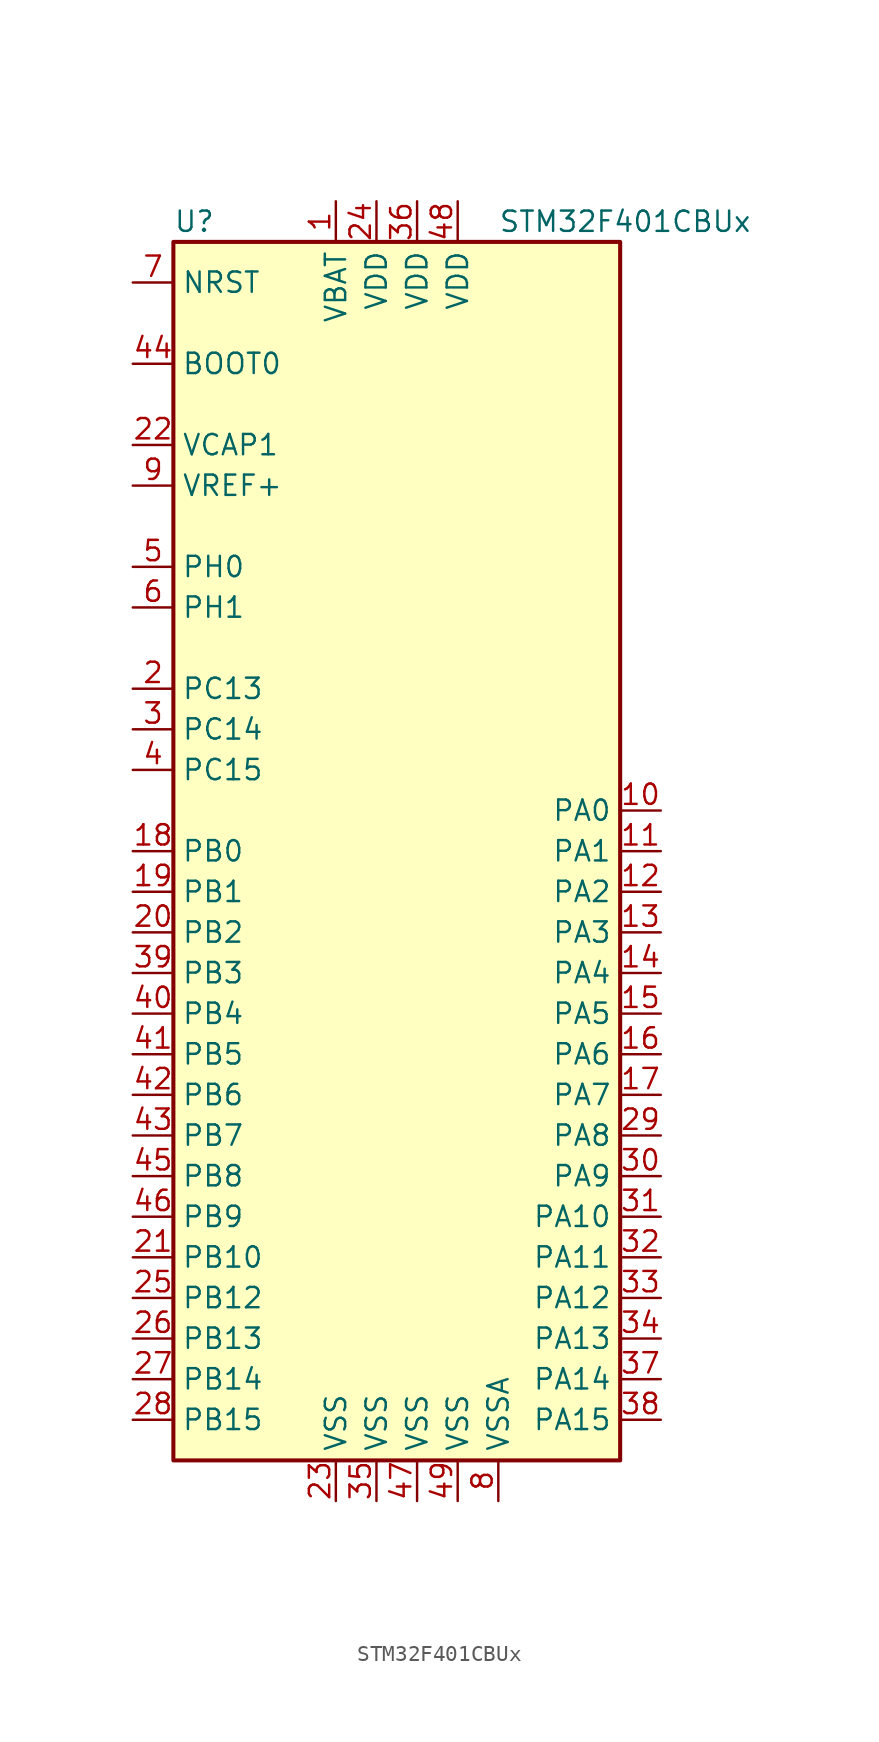
<source format=kicad_sym>
(kicad_symbol_lib
  (version 20201005)
  (generator kicad_symbol_editor)
  (symbol "STM32F401CBUx"
    (property "Reference" "U"
      (at -15.24 39.37 0)
      (effects (font (size 1.27 1.27)) (justify left)))
    (property "Value" "STM32F401CBUx"
      (at 5.08 39.37 0)
      (effects (font (size 1.27 1.27)) (justify left)))
    (symbol "STM32F401CBUx_0_1"
      (rectangle (start -15.24 -38.1) (end 12.7 38.1) (stroke (width 0.254)) (fill (type background))))
    (symbol "STM32F401CBUx_1_1"
      (pin input line (at -17.78 30.48 0) (length 2.54) (name "BOOT0" (effects (font (size 1.27 1.27)))) (number "44" (effects (font (size 1.27 1.27)))))
      (pin input line (at -17.78 35.56 0) (length 2.54) (name "NRST" (effects (font (size 1.27 1.27)))) (number "7" (effects (font (size 1.27 1.27)))))
      (pin bidirectional line (at 15.24 2.54 180) (length 2.54) (name "PA0" (effects (font (size 1.27 1.27)))) (number "10" (effects (font (size 1.27 1.27)))))
      (pin bidirectional line (at 15.24 0 180) (length 2.54) (name "PA1" (effects (font (size 1.27 1.27)))) (number "11" (effects (font (size 1.27 1.27)))))
      (pin bidirectional line (at 15.24 -22.86 180) (length 2.54) (name "PA10" (effects (font (size 1.27 1.27)))) (number "31" (effects (font (size 1.27 1.27)))))
      (pin bidirectional line (at 15.24 -25.4 180) (length 2.54) (name "PA11" (effects (font (size 1.27 1.27)))) (number "32" (effects (font (size 1.27 1.27)))))
      (pin bidirectional line (at 15.24 -27.94 180) (length 2.54) (name "PA12" (effects (font (size 1.27 1.27)))) (number "33" (effects (font (size 1.27 1.27)))))
      (pin bidirectional line (at 15.24 -30.48 180) (length 2.54) (name "PA13" (effects (font (size 1.27 1.27)))) (number "34" (effects (font (size 1.27 1.27)))))
      (pin bidirectional line (at 15.24 -33.02 180) (length 2.54) (name "PA14" (effects (font (size 1.27 1.27)))) (number "37" (effects (font (size 1.27 1.27)))))
      (pin bidirectional line (at 15.24 -35.56 180) (length 2.54) (name "PA15" (effects (font (size 1.27 1.27)))) (number "38" (effects (font (size 1.27 1.27)))))
      (pin bidirectional line (at 15.24 -2.54 180) (length 2.54) (name "PA2" (effects (font (size 1.27 1.27)))) (number "12" (effects (font (size 1.27 1.27)))))
      (pin bidirectional line (at 15.24 -5.08 180) (length 2.54) (name "PA3" (effects (font (size 1.27 1.27)))) (number "13" (effects (font (size 1.27 1.27)))))
      (pin bidirectional line (at 15.24 -7.62 180) (length 2.54) (name "PA4" (effects (font (size 1.27 1.27)))) (number "14" (effects (font (size 1.27 1.27)))))
      (pin bidirectional line (at 15.24 -10.16 180) (length 2.54) (name "PA5" (effects (font (size 1.27 1.27)))) (number "15" (effects (font (size 1.27 1.27)))))
      (pin bidirectional line (at 15.24 -12.7 180) (length 2.54) (name "PA6" (effects (font (size 1.27 1.27)))) (number "16" (effects (font (size 1.27 1.27)))))
      (pin bidirectional line (at 15.24 -15.24 180) (length 2.54) (name "PA7" (effects (font (size 1.27 1.27)))) (number "17" (effects (font (size 1.27 1.27)))))
      (pin bidirectional line (at 15.24 -17.78 180) (length 2.54) (name "PA8" (effects (font (size 1.27 1.27)))) (number "29" (effects (font (size 1.27 1.27)))))
      (pin bidirectional line (at 15.24 -20.32 180) (length 2.54) (name "PA9" (effects (font (size 1.27 1.27)))) (number "30" (effects (font (size 1.27 1.27)))))
      (pin bidirectional line (at -17.78 0 0) (length 2.54) (name "PB0" (effects (font (size 1.27 1.27)))) (number "18" (effects (font (size 1.27 1.27)))))
      (pin bidirectional line (at -17.78 -2.54 0) (length 2.54) (name "PB1" (effects (font (size 1.27 1.27)))) (number "19" (effects (font (size 1.27 1.27)))))
      (pin bidirectional line (at -17.78 -25.4 0) (length 2.54) (name "PB10" (effects (font (size 1.27 1.27)))) (number "21" (effects (font (size 1.27 1.27)))))
      (pin bidirectional line (at -17.78 -27.94 0) (length 2.54) (name "PB12" (effects (font (size 1.27 1.27)))) (number "25" (effects (font (size 1.27 1.27)))))
      (pin bidirectional line (at -17.78 -30.48 0) (length 2.54) (name "PB13" (effects (font (size 1.27 1.27)))) (number "26" (effects (font (size 1.27 1.27)))))
      (pin bidirectional line (at -17.78 -33.02 0) (length 2.54) (name "PB14" (effects (font (size 1.27 1.27)))) (number "27" (effects (font (size 1.27 1.27)))))
      (pin bidirectional line (at -17.78 -35.56 0) (length 2.54) (name "PB15" (effects (font (size 1.27 1.27)))) (number "28" (effects (font (size 1.27 1.27)))))
      (pin bidirectional line (at -17.78 -5.08 0) (length 2.54) (name "PB2" (effects (font (size 1.27 1.27)))) (number "20" (effects (font (size 1.27 1.27)))))
      (pin bidirectional line (at -17.78 -7.62 0) (length 2.54) (name "PB3" (effects (font (size 1.27 1.27)))) (number "39" (effects (font (size 1.27 1.27)))))
      (pin bidirectional line (at -17.78 -10.16 0) (length 2.54) (name "PB4" (effects (font (size 1.27 1.27)))) (number "40" (effects (font (size 1.27 1.27)))))
      (pin bidirectional line (at -17.78 -12.7 0) (length 2.54) (name "PB5" (effects (font (size 1.27 1.27)))) (number "41" (effects (font (size 1.27 1.27)))))
      (pin bidirectional line (at -17.78 -15.24 0) (length 2.54) (name "PB6" (effects (font (size 1.27 1.27)))) (number "42" (effects (font (size 1.27 1.27)))))
      (pin bidirectional line (at -17.78 -17.78 0) (length 2.54) (name "PB7" (effects (font (size 1.27 1.27)))) (number "43" (effects (font (size 1.27 1.27)))))
      (pin bidirectional line (at -17.78 -20.32 0) (length 2.54) (name "PB8" (effects (font (size 1.27 1.27)))) (number "45" (effects (font (size 1.27 1.27)))))
      (pin bidirectional line (at -17.78 -22.86 0) (length 2.54) (name "PB9" (effects (font (size 1.27 1.27)))) (number "46" (effects (font (size 1.27 1.27)))))
      (pin bidirectional line (at -17.78 10.16 0) (length 2.54) (name "PC13" (effects (font (size 1.27 1.27)))) (number "2" (effects (font (size 1.27 1.27)))))
      (pin bidirectional line (at -17.78 7.62 0) (length 2.54) (name "PC14" (effects (font (size 1.27 1.27)))) (number "3" (effects (font (size 1.27 1.27)))))
      (pin bidirectional line (at -17.78 5.08 0) (length 2.54) (name "PC15" (effects (font (size 1.27 1.27)))) (number "4" (effects (font (size 1.27 1.27)))))
      (pin input line (at -17.78 17.78 0) (length 2.54) (name "PH0" (effects (font (size 1.27 1.27)))) (number "5" (effects (font (size 1.27 1.27)))))
      (pin input line (at -17.78 15.24 0) (length 2.54) (name "PH1" (effects (font (size 1.27 1.27)))) (number "6" (effects (font (size 1.27 1.27)))))
      (pin power_in line (at -5.08 40.64 270) (length 2.54) (name "VBAT" (effects (font (size 1.27 1.27)))) (number "1" (effects (font (size 1.27 1.27)))))
      (pin power_in line (at -17.78 25.4 0) (length 2.54) (name "VCAP1" (effects (font (size 1.27 1.27)))) (number "22" (effects (font (size 1.27 1.27)))))
      (pin power_in line (at -2.54 40.64 270) (length 2.54) (name "VDD" (effects (font (size 1.27 1.27)))) (number "24" (effects (font (size 1.27 1.27)))))
      (pin power_in line (at 0 40.64 270) (length 2.54) (name "VDD" (effects (font (size 1.27 1.27)))) (number "36" (effects (font (size 1.27 1.27)))))
      (pin power_in line (at 2.54 40.64 270) (length 2.54) (name "VDD" (effects (font (size 1.27 1.27)))) (number "48" (effects (font (size 1.27 1.27)))))
      (pin power_in line (at -17.78 22.86 0) (length 2.54) (name "VREF+" (effects (font (size 1.27 1.27)))) (number "9" (effects (font (size 1.27 1.27)))))
      (pin power_in line (at -5.08 -40.64 90) (length 2.54) (name "VSS" (effects (font (size 1.27 1.27)))) (number "23" (effects (font (size 1.27 1.27)))))
      (pin power_in line (at -2.54 -40.64 90) (length 2.54) (name "VSS" (effects (font (size 1.27 1.27)))) (number "35" (effects (font (size 1.27 1.27)))))
      (pin power_in line (at 0 -40.64 90) (length 2.54) (name "VSS" (effects (font (size 1.27 1.27)))) (number "47" (effects (font (size 1.27 1.27)))))
      (pin power_in line (at 2.54 -40.64 90) (length 2.54) (name "VSS" (effects (font (size 1.27 1.27)))) (number "49" (effects (font (size 1.27 1.27)))))
      (pin power_in line (at 5.08 -40.64 90) (length 2.54) (name "VSSA" (effects (font (size 1.27 1.27)))) (number "8" (effects (font (size 1.27 1.27))))))))
</source>
